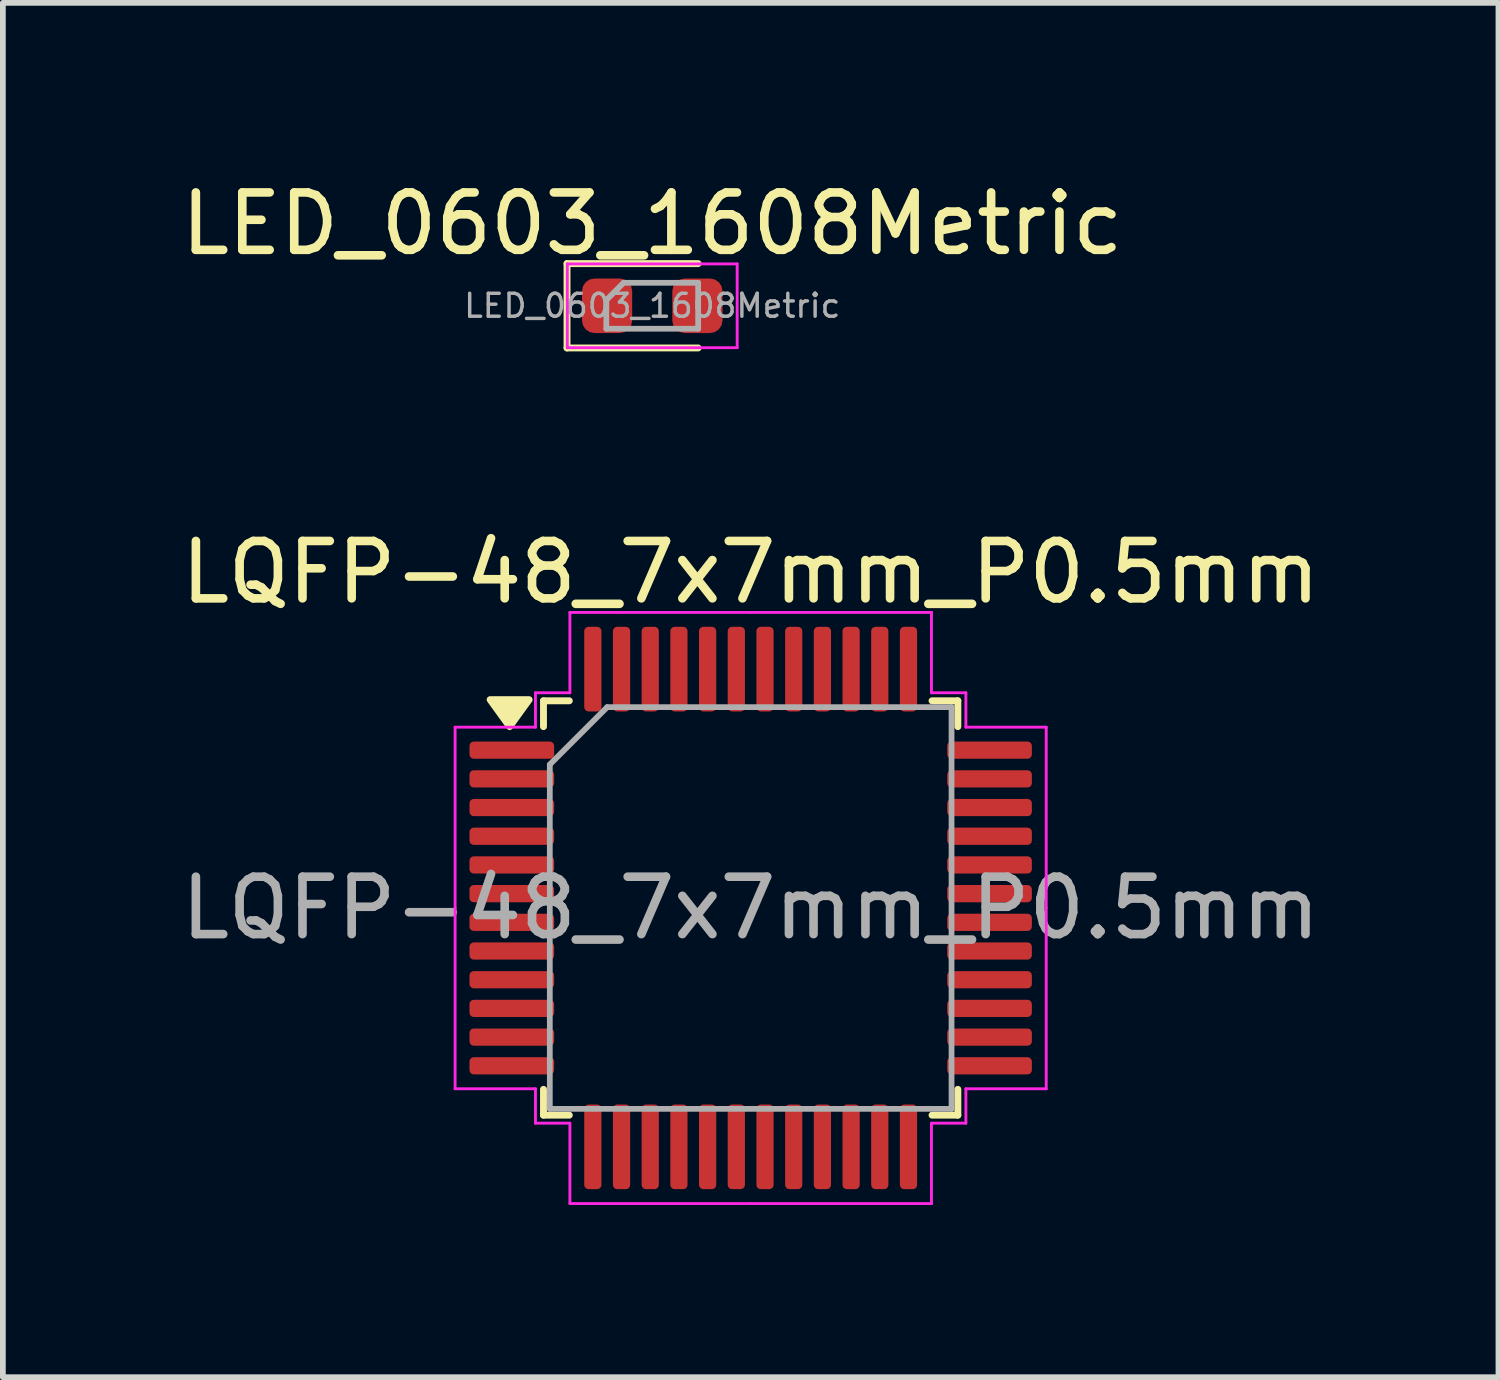
<source format=kicad_pcb>
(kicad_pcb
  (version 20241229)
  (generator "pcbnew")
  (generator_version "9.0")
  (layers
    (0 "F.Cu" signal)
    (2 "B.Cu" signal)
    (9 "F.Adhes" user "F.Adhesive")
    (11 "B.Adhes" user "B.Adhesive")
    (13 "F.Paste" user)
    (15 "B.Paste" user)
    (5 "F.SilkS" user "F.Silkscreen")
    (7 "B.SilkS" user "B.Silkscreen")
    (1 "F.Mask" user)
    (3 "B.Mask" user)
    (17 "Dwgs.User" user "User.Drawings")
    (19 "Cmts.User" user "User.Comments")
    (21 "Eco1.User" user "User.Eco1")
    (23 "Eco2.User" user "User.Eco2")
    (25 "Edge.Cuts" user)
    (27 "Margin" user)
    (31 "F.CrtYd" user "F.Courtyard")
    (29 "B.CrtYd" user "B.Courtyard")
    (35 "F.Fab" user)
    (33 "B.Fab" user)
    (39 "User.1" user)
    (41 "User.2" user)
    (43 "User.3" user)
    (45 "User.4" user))
  (footprint "LED_0603_1608Metric"
    (layer "F.Cu")
    (at 8.315 2.278)
    (property "Reference" "LED_0603_1608Metric" (at 0 -1.43 0) (layer "F.SilkS") (effects (font (size 1 1) (thickness 0.15))))
    (attr smd)
    (fp_line (start -1.485 -0.735) (end -1.485 0.735) (stroke (width 0.12) (type solid)) (layer "F.SilkS"))
    (fp_line (start -1.485 0.735) (end 0.8 0.735) (stroke (width 0.12) (type solid)) (layer "F.SilkS"))
    (fp_line (start 0.8 -0.735) (end -1.485 -0.735) (stroke (width 0.12) (type solid)) (layer "F.SilkS"))
    (fp_line (start -1.48 -0.73) (end 1.48 -0.73) (stroke (width 0.05) (type solid)) (layer "F.CrtYd"))
    (fp_line (start -1.48 0.73) (end -1.48 -0.73) (stroke (width 0.05) (type solid)) (layer "F.CrtYd"))
    (fp_line (start 1.48 -0.73) (end 1.48 0.73) (stroke (width 0.05) (type solid)) (layer "F.CrtYd"))
    (fp_line (start 1.48 0.73) (end -1.48 0.73) (stroke (width 0.05) (type solid)) (layer "F.CrtYd"))
    (fp_line (start -0.8 -0.1) (end -0.8 0.4) (stroke (width 0.1) (type solid)) (layer "F.Fab"))
    (fp_line (start -0.8 0.4) (end 0.8 0.4) (stroke (width 0.1) (type solid)) (layer "F.Fab"))
    (fp_line (start -0.5 -0.4) (end -0.8 -0.1) (stroke (width 0.1) (type solid)) (layer "F.Fab"))
    (fp_line (start 0.8 -0.4) (end -0.5 -0.4) (stroke (width 0.1) (type solid)) (layer "F.Fab"))
    (fp_line (start 0.8 0.4) (end 0.8 -0.4) (stroke (width 0.1) (type solid)) (layer "F.Fab"))
    (fp_text user "${REFERENCE}" (at 0 0 0) (layer "F.Fab") (effects (font (size 0.4 0.4) (thickness 0.06))))
    (pad "A" smd roundrect (at 0.787 0) (size 0.875 0.95) (layers "F.Cu" "F.Mask" "F.Paste") (roundrect_rratio 0.25))
    (pad "C" smd roundrect (at -0.787 0) (size 0.875 0.95) (layers "F.Cu" "F.Mask" "F.Paste") (roundrect_rratio 0.25)))
  (footprint "LQFP-48_7x7mm_P0.5mm"
    (layer "F.Cu")
    (at 10.03 12.771)
    (property "Reference" "LQFP-48_7x7mm_P0.5mm" (at 0 -5.85 0) (layer "F.SilkS") (effects (font (size 1 1) (thickness 0.15))))
    (attr smd)
    (fp_line (start -3.61 -3.61) (end -3.61 -3.16) (stroke (width 0.12) (type solid)) (layer "F.SilkS"))
    (fp_line (start -3.61 3.61) (end -3.61 3.16) (stroke (width 0.12) (type solid)) (layer "F.SilkS"))
    (fp_line (start -3.16 -3.61) (end -3.61 -3.61) (stroke (width 0.12) (type solid)) (layer "F.SilkS"))
    (fp_line (start -3.16 3.61) (end -3.61 3.61) (stroke (width 0.12) (type solid)) (layer "F.SilkS"))
    (fp_line (start 3.16 -3.61) (end 3.61 -3.61) (stroke (width 0.12) (type solid)) (layer "F.SilkS"))
    (fp_line (start 3.16 3.61) (end 3.61 3.61) (stroke (width 0.12) (type solid)) (layer "F.SilkS"))
    (fp_line (start 3.61 -3.61) (end 3.61 -3.16) (stroke (width 0.12) (type solid)) (layer "F.SilkS"))
    (fp_line (start 3.61 3.61) (end 3.61 3.16) (stroke (width 0.12) (type solid)) (layer "F.SilkS"))
    (fp_poly (pts (xy -4.2 -3.16) (xy -4.54 -3.63) (xy -3.86 -3.63) (xy -4.2 -3.16)) (stroke (width 0.12) (type solid)) (fill yes) (layer "F.SilkS"))
    (fp_line (start -5.15 -3.15) (end -5.15 0) (stroke (width 0.05) (type solid)) (layer "F.CrtYd"))
    (fp_line (start -5.15 3.15) (end -5.15 0) (stroke (width 0.05) (type solid)) (layer "F.CrtYd"))
    (fp_line (start -3.75 -3.75) (end -3.75 -3.15) (stroke (width 0.05) (type solid)) (layer "F.CrtYd"))
    (fp_line (start -3.75 -3.15) (end -5.15 -3.15) (stroke (width 0.05) (type solid)) (layer "F.CrtYd"))
    (fp_line (start -3.75 3.15) (end -5.15 3.15) (stroke (width 0.05) (type solid)) (layer "F.CrtYd"))
    (fp_line (start -3.75 3.75) (end -3.75 3.15) (stroke (width 0.05) (type solid)) (layer "F.CrtYd"))
    (fp_line (start -3.15 -5.15) (end -3.15 -3.75) (stroke (width 0.05) (type solid)) (layer "F.CrtYd"))
    (fp_line (start -3.15 -3.75) (end -3.75 -3.75) (stroke (width 0.05) (type solid)) (layer "F.CrtYd"))
    (fp_line (start -3.15 3.75) (end -3.75 3.75) (stroke (width 0.05) (type solid)) (layer "F.CrtYd"))
    (fp_line (start -3.15 5.15) (end -3.15 3.75) (stroke (width 0.05) (type solid)) (layer "F.CrtYd"))
    (fp_line (start 0 -5.15) (end -3.15 -5.15) (stroke (width 0.05) (type solid)) (layer "F.CrtYd"))
    (fp_line (start 0 -5.15) (end 3.15 -5.15) (stroke (width 0.05) (type solid)) (layer "F.CrtYd"))
    (fp_line (start 0 5.15) (end -3.15 5.15) (stroke (width 0.05) (type solid)) (layer "F.CrtYd"))
    (fp_line (start 0 5.15) (end 3.15 5.15) (stroke (width 0.05) (type solid)) (layer "F.CrtYd"))
    (fp_line (start 3.15 -5.15) (end 3.15 -3.75) (stroke (width 0.05) (type solid)) (layer "F.CrtYd"))
    (fp_line (start 3.15 -3.75) (end 3.75 -3.75) (stroke (width 0.05) (type solid)) (layer "F.CrtYd"))
    (fp_line (start 3.15 3.75) (end 3.75 3.75) (stroke (width 0.05) (type solid)) (layer "F.CrtYd"))
    (fp_line (start 3.15 5.15) (end 3.15 3.75) (stroke (width 0.05) (type solid)) (layer "F.CrtYd"))
    (fp_line (start 3.75 -3.75) (end 3.75 -3.15) (stroke (width 0.05) (type solid)) (layer "F.CrtYd"))
    (fp_line (start 3.75 -3.15) (end 5.15 -3.15) (stroke (width 0.05) (type solid)) (layer "F.CrtYd"))
    (fp_line (start 3.75 3.15) (end 5.15 3.15) (stroke (width 0.05) (type solid)) (layer "F.CrtYd"))
    (fp_line (start 3.75 3.75) (end 3.75 3.15) (stroke (width 0.05) (type solid)) (layer "F.CrtYd"))
    (fp_line (start 5.15 -3.15) (end 5.15 0) (stroke (width 0.05) (type solid)) (layer "F.CrtYd"))
    (fp_line (start 5.15 3.15) (end 5.15 0) (stroke (width 0.05) (type solid)) (layer "F.CrtYd"))
    (fp_line (start -3.5 -2.5) (end -2.5 -3.5) (stroke (width 0.1) (type solid)) (layer "F.Fab"))
    (fp_line (start -3.5 3.5) (end -3.5 -2.5) (stroke (width 0.1) (type solid)) (layer "F.Fab"))
    (fp_line (start -2.5 -3.5) (end 3.5 -3.5) (stroke (width 0.1) (type solid)) (layer "F.Fab"))
    (fp_line (start 3.5 -3.5) (end 3.5 3.5) (stroke (width 0.1) (type solid)) (layer "F.Fab"))
    (fp_line (start 3.5 3.5) (end -3.5 3.5) (stroke (width 0.1) (type solid)) (layer "F.Fab"))
    (fp_text user "${REFERENCE}" (at 0 0 0) (layer "F.Fab") (effects (font (size 1 1) (thickness 0.15))))
    (pad "1" smd roundrect (at -4.162 -2.75) (size 1.475 0.3) (layers "F.Cu" "F.Mask" "F.Paste") (roundrect_rratio 0.25))
    (pad "2" smd roundrect (at -4.162 -2.25) (size 1.475 0.3) (layers "F.Cu" "F.Mask" "F.Paste") (roundrect_rratio 0.25))
    (pad "3" smd roundrect (at -4.162 -1.75) (size 1.475 0.3) (layers "F.Cu" "F.Mask" "F.Paste") (roundrect_rratio 0.25))
    (pad "4" smd roundrect (at -4.162 -1.25) (size 1.475 0.3) (layers "F.Cu" "F.Mask" "F.Paste") (roundrect_rratio 0.25))
    (pad "5" smd roundrect (at -4.162 -0.75) (size 1.475 0.3) (layers "F.Cu" "F.Mask" "F.Paste") (roundrect_rratio 0.25))
    (pad "6" smd roundrect (at -4.162 -0.25) (size 1.475 0.3) (layers "F.Cu" "F.Mask" "F.Paste") (roundrect_rratio 0.25))
    (pad "7" smd roundrect (at -4.162 0.25) (size 1.475 0.3) (layers "F.Cu" "F.Mask" "F.Paste") (roundrect_rratio 0.25))
    (pad "8" smd roundrect (at -4.162 0.75) (size 1.475 0.3) (layers "F.Cu" "F.Mask" "F.Paste") (roundrect_rratio 0.25))
    (pad "9" smd roundrect (at -4.162 1.25) (size 1.475 0.3) (layers "F.Cu" "F.Mask" "F.Paste") (roundrect_rratio 0.25))
    (pad "10" smd roundrect (at -4.162 1.75) (size 1.475 0.3) (layers "F.Cu" "F.Mask" "F.Paste") (roundrect_rratio 0.25))
    (pad "11" smd roundrect (at -4.162 2.25) (size 1.475 0.3) (layers "F.Cu" "F.Mask" "F.Paste") (roundrect_rratio 0.25))
    (pad "12" smd roundrect (at -4.162 2.75) (size 1.475 0.3) (layers "F.Cu" "F.Mask" "F.Paste") (roundrect_rratio 0.25))
    (pad "13" smd roundrect (at -2.75 4.162) (size 0.3 1.475) (layers "F.Cu" "F.Mask" "F.Paste") (roundrect_rratio 0.25))
    (pad "14" smd roundrect (at -2.25 4.162) (size 0.3 1.475) (layers "F.Cu" "F.Mask" "F.Paste") (roundrect_rratio 0.25))
    (pad "15" smd roundrect (at -1.75 4.162) (size 0.3 1.475) (layers "F.Cu" "F.Mask" "F.Paste") (roundrect_rratio 0.25))
    (pad "16" smd roundrect (at -1.25 4.162) (size 0.3 1.475) (layers "F.Cu" "F.Mask" "F.Paste") (roundrect_rratio 0.25))
    (pad "17" smd roundrect (at -0.75 4.162) (size 0.3 1.475) (layers "F.Cu" "F.Mask" "F.Paste") (roundrect_rratio 0.25))
    (pad "18" smd roundrect (at -0.25 4.162) (size 0.3 1.475) (layers "F.Cu" "F.Mask" "F.Paste") (roundrect_rratio 0.25))
    (pad "19" smd roundrect (at 0.25 4.162) (size 0.3 1.475) (layers "F.Cu" "F.Mask" "F.Paste") (roundrect_rratio 0.25))
    (pad "20" smd roundrect (at 0.75 4.162) (size 0.3 1.475) (layers "F.Cu" "F.Mask" "F.Paste") (roundrect_rratio 0.25))
    (pad "21" smd roundrect (at 1.25 4.162) (size 0.3 1.475) (layers "F.Cu" "F.Mask" "F.Paste") (roundrect_rratio 0.25))
    (pad "22" smd roundrect (at 1.75 4.162) (size 0.3 1.475) (layers "F.Cu" "F.Mask" "F.Paste") (roundrect_rratio 0.25))
    (pad "23" smd roundrect (at 2.25 4.162) (size 0.3 1.475) (layers "F.Cu" "F.Mask" "F.Paste") (roundrect_rratio 0.25))
    (pad "24" smd roundrect (at 2.75 4.162) (size 0.3 1.475) (layers "F.Cu" "F.Mask" "F.Paste") (roundrect_rratio 0.25))
    (pad "25" smd roundrect (at 4.162 2.75) (size 1.475 0.3) (layers "F.Cu" "F.Mask" "F.Paste") (roundrect_rratio 0.25))
    (pad "26" smd roundrect (at 4.162 2.25) (size 1.475 0.3) (layers "F.Cu" "F.Mask" "F.Paste") (roundrect_rratio 0.25))
    (pad "27" smd roundrect (at 4.162 1.75) (size 1.475 0.3) (layers "F.Cu" "F.Mask" "F.Paste") (roundrect_rratio 0.25))
    (pad "28" smd roundrect (at 4.162 1.25) (size 1.475 0.3) (layers "F.Cu" "F.Mask" "F.Paste") (roundrect_rratio 0.25))
    (pad "29" smd roundrect (at 4.162 0.75) (size 1.475 0.3) (layers "F.Cu" "F.Mask" "F.Paste") (roundrect_rratio 0.25))
    (pad "30" smd roundrect (at 4.162 0.25) (size 1.475 0.3) (layers "F.Cu" "F.Mask" "F.Paste") (roundrect_rratio 0.25))
    (pad "31" smd roundrect (at 4.162 -0.25) (size 1.475 0.3) (layers "F.Cu" "F.Mask" "F.Paste") (roundrect_rratio 0.25))
    (pad "32" smd roundrect (at 4.162 -0.75) (size 1.475 0.3) (layers "F.Cu" "F.Mask" "F.Paste") (roundrect_rratio 0.25))
    (pad "33" smd roundrect (at 4.162 -1.25) (size 1.475 0.3) (layers "F.Cu" "F.Mask" "F.Paste") (roundrect_rratio 0.25))
    (pad "34" smd roundrect (at 4.162 -1.75) (size 1.475 0.3) (layers "F.Cu" "F.Mask" "F.Paste") (roundrect_rratio 0.25))
    (pad "35" smd roundrect (at 4.162 -2.25) (size 1.475 0.3) (layers "F.Cu" "F.Mask" "F.Paste") (roundrect_rratio 0.25))
    (pad "36" smd roundrect (at 4.162 -2.75) (size 1.475 0.3) (layers "F.Cu" "F.Mask" "F.Paste") (roundrect_rratio 0.25))
    (pad "37" smd roundrect (at 2.75 -4.162) (size 0.3 1.475) (layers "F.Cu" "F.Mask" "F.Paste") (roundrect_rratio 0.25))
    (pad "38" smd roundrect (at 2.25 -4.162) (size 0.3 1.475) (layers "F.Cu" "F.Mask" "F.Paste") (roundrect_rratio 0.25))
    (pad "39" smd roundrect (at 1.75 -4.162) (size 0.3 1.475) (layers "F.Cu" "F.Mask" "F.Paste") (roundrect_rratio 0.25))
    (pad "40" smd roundrect (at 1.25 -4.162) (size 0.3 1.475) (layers "F.Cu" "F.Mask" "F.Paste") (roundrect_rratio 0.25))
    (pad "41" smd roundrect (at 0.75 -4.162) (size 0.3 1.475) (layers "F.Cu" "F.Mask" "F.Paste") (roundrect_rratio 0.25))
    (pad "42" smd roundrect (at 0.25 -4.162) (size 0.3 1.475) (layers "F.Cu" "F.Mask" "F.Paste") (roundrect_rratio 0.25))
    (pad "43" smd roundrect (at -0.25 -4.162) (size 0.3 1.475) (layers "F.Cu" "F.Mask" "F.Paste") (roundrect_rratio 0.25))
    (pad "44" smd roundrect (at -0.75 -4.162) (size 0.3 1.475) (layers "F.Cu" "F.Mask" "F.Paste") (roundrect_rratio 0.25))
    (pad "45" smd roundrect (at -1.25 -4.162) (size 0.3 1.475) (layers "F.Cu" "F.Mask" "F.Paste") (roundrect_rratio 0.25))
    (pad "46" smd roundrect (at -1.75 -4.162) (size 0.3 1.475) (layers "F.Cu" "F.Mask" "F.Paste") (roundrect_rratio 0.25))
    (pad "47" smd roundrect (at -2.25 -4.162) (size 0.3 1.475) (layers "F.Cu" "F.Mask" "F.Paste") (roundrect_rratio 0.25))
    (pad "48" smd roundrect (at -2.75 -4.162) (size 0.3 1.475) (layers "F.Cu" "F.Mask" "F.Paste") (roundrect_rratio 0.25)))
  (gr_rect
    (start -3 -3)
    (end 23.06 20.947)
    (stroke (width 0.1) (type default))
    (fill no)
    (layer "Edge.Cuts")))
</source>
